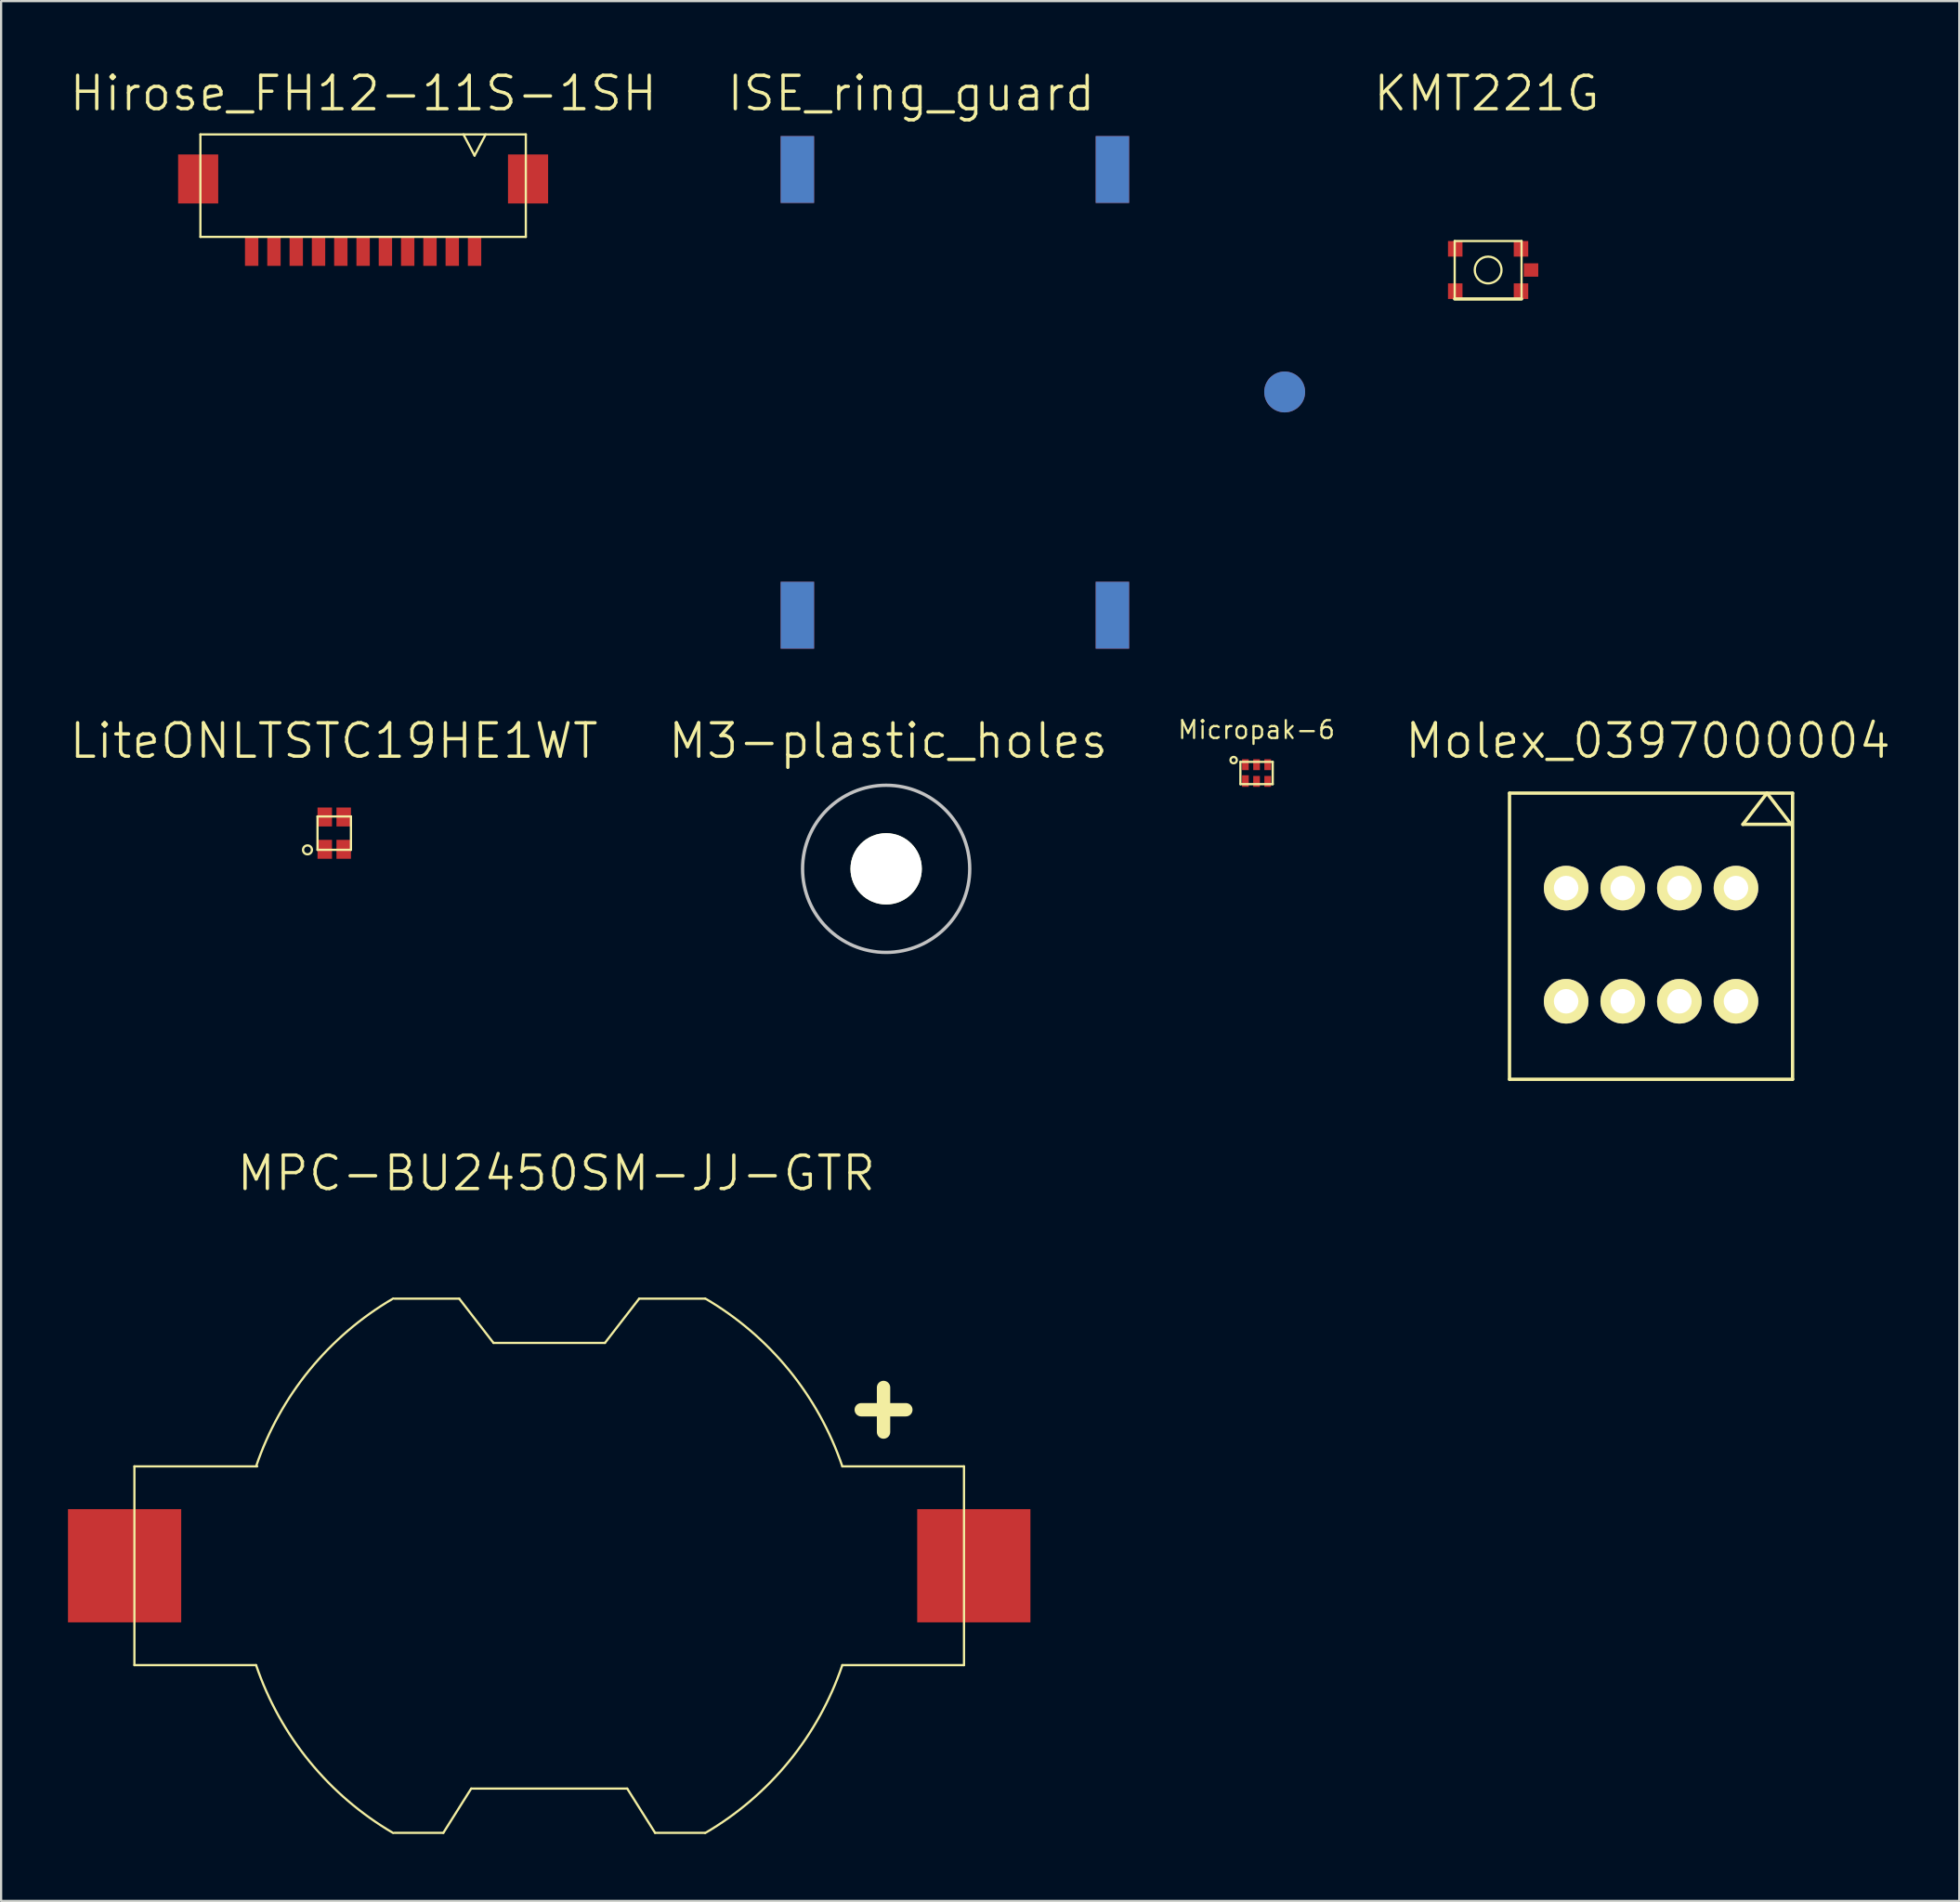
<source format=kicad_pcb>
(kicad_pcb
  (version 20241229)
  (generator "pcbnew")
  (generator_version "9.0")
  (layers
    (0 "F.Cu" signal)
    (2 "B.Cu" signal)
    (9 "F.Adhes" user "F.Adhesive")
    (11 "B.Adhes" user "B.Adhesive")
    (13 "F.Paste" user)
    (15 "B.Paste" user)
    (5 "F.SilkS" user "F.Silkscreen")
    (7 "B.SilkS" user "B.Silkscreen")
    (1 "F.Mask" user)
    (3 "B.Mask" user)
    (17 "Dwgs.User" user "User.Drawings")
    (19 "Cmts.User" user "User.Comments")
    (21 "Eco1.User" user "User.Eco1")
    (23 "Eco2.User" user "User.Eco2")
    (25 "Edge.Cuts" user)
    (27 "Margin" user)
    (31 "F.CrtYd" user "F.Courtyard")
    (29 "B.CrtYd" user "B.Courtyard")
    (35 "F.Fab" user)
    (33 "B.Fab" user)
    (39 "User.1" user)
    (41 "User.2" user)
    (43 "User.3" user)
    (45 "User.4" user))
  (footprint "Hirose_FH12-11S-1SH"
    (layer "F.Cu")
    (at 13.241 6.581)
    (property "Reference" "Hirose_FH12-11S-1SH" (at 0.013 -5.44 0) (layer "F.SilkS") (effects (font (size 1.5 1.5) (thickness 0.15))))
    (attr through_hole)
    (fp_line (start -7.3 -3.6) (end 7.3 -3.6) (stroke (width 0.1) (type solid)) (layer "F.SilkS"))
    (fp_line (start -7.3 1) (end -7.3 -3.6) (stroke (width 0.1) (type solid)) (layer "F.SilkS"))
    (fp_line (start 4.5 -3.6) (end 5 -2.65) (stroke (width 0.1) (type solid)) (layer "F.SilkS"))
    (fp_line (start 5 -2.65) (end 5.5 -3.6) (stroke (width 0.1) (type solid)) (layer "F.SilkS"))
    (fp_line (start 7.3 -3.6) (end 7.3 1) (stroke (width 0.1) (type solid)) (layer "F.SilkS"))
    (fp_line (start 7.3 1) (end -7.3 1) (stroke (width 0.1) (type solid)) (layer "F.SilkS"))
    (pad "1" smd rect (at 5 1.65) (size 0.6 1.3) (layers "F.Cu" "F.Mask" "F.Paste"))
    (pad "2" smd rect (at 4 1.65) (size 0.6 1.3) (layers "F.Cu" "F.Mask" "F.Paste"))
    (pad "3" smd rect (at 3 1.65) (size 0.6 1.3) (layers "F.Cu" "F.Mask" "F.Paste"))
    (pad "4" smd rect (at 2 1.65) (size 0.6 1.3) (layers "F.Cu" "F.Mask" "F.Paste"))
    (pad "5" smd rect (at 1 1.65) (size 0.6 1.3) (layers "F.Cu" "F.Mask" "F.Paste"))
    (pad "6" smd rect (at 0 1.65) (size 0.6 1.3) (layers "F.Cu" "F.Mask" "F.Paste"))
    (pad "7" smd rect (at -1 1.65) (size 0.6 1.3) (layers "F.Cu" "F.Mask" "F.Paste"))
    (pad "8" smd rect (at -2 1.65) (size 0.6 1.3) (layers "F.Cu" "F.Mask" "F.Paste"))
    (pad "9" smd rect (at -3 1.65) (size 0.6 1.3) (layers "F.Cu" "F.Mask" "F.Paste"))
    (pad "10" smd rect (at -4 1.65) (size 0.6 1.3) (layers "F.Cu" "F.Mask" "F.Paste"))
    (pad "11" smd rect (at -5 1.65) (size 0.6 1.3) (layers "F.Cu" "F.Mask" "F.Paste"))
    (pad "~" smd rect (at -7.4 -1.6) (size 1.8 2.2) (layers "F.Cu" "F.Mask" "F.Paste"))
    (pad "~" smd rect (at 7.4 -1.6) (size 1.8 2.2) (layers "F.Cu" "F.Mask" "F.Paste")))
  (footprint "ISE_ring_guard"
    (layer "F.Cu")
    (at 37.581 14.557)
    (property "Reference" "ISE_ring_guard" (at 0.251 -13.416 0) (layer "F.SilkS") (effects (font (size 1.5 1.5) (thickness 0.15))))
    (attr through_hole)
    (pad "1" smd rect (at -4.857 -10) (size 1.5 3) (layers "F.Cu" "F.Mask" "F.Paste"))
    (pad "1" smd rect (at -4.857 -10) (size 1.5 3) (layers "B.Cu"))
    (pad "1" smd rect (at -4.857 10) (size 1.5 3) (layers "F.Cu" "F.Mask" "F.Paste"))
    (pad "1" smd rect (at -4.857 10) (size 1.5 3) (layers "B.Cu"))
    (pad "1" smd rect (at 9.277 -10) (size 1.5 3) (layers "F.Cu" "F.Mask" "F.Paste"))
    (pad "1" smd rect (at 9.277 -10) (size 1.5 3) (layers "B.Cu"))
    (pad "1" smd rect (at 9.277 10) (size 1.5 3) (layers "F.Cu" "F.Mask" "F.Paste"))
    (pad "1" smd rect (at 9.277 10) (size 1.5 3) (layers "B.Cu"))
    (pad "1" smd circle (at 17.005 -0.018) (size 1.835 1.835) (layers "F.Cu" "F.Mask" "F.Paste"))
    (pad "1" smd circle (at 17.005 -0.018) (size 1.835 1.835) (layers "B.Cu")))
  (footprint "MPC-BU2450SM-JJ-GTR"
    (layer "F.Cu")
    (at 21.59 67.212)
    (property "Reference" "MPC-BU2450SM-JJ-GTR" (at 0.318 -17.615 0) (layer "F.SilkS") (effects (font (size 1.5 1.5) (thickness 0.15))))
    (attr through_hole)
    (fp_line (start -18.61 -4.46) (end -18.61 4.46) (stroke (width 0.1) (type solid)) (layer "F.SilkS"))
    (fp_line (start -18.61 -4.46) (end -13.1 -4.46) (stroke (width 0.1) (type solid)) (layer "F.SilkS"))
    (fp_line (start -18.61 4.46) (end -13.15 4.46) (stroke (width 0.1) (type solid)) (layer "F.SilkS"))
    (fp_line (start -4.75 11.985) (end -6.94 11.985) (stroke (width 0.1) (type solid)) (layer "F.SilkS"))
    (fp_line (start -4.75 11.985) (end -3.5 10) (stroke (width 0.1) (type solid)) (layer "F.SilkS"))
    (fp_line (start -4.035 -11.985) (end -6.94 -11.985) (stroke (width 0.1) (type solid)) (layer "F.SilkS"))
    (fp_line (start -4.035 -11.985) (end -2.5 -10) (stroke (width 0.1) (type solid)) (layer "F.SilkS"))
    (fp_line (start -3.5 10) (end 3.5 10) (stroke (width 0.1) (type solid)) (layer "F.SilkS"))
    (fp_line (start 2.5 -10) (end -2.5 -10) (stroke (width 0.1) (type solid)) (layer "F.SilkS"))
    (fp_line (start 4.035 -11.985) (end 2.5 -10) (stroke (width 0.1) (type solid)) (layer "F.SilkS"))
    (fp_line (start 4.035 -11.985) (end 6.98 -11.985) (stroke (width 0.1) (type solid)) (layer "F.SilkS"))
    (fp_line (start 4.75 11.985) (end 3.5 10) (stroke (width 0.1) (type solid)) (layer "F.SilkS"))
    (fp_line (start 4.75 11.985) (end 6.98 11.985) (stroke (width 0.1) (type solid)) (layer "F.SilkS"))
    (fp_line (start 15 -8) (end 15 -6) (stroke (width 0.6) (type solid)) (layer "F.SilkS"))
    (fp_line (start 16 -7) (end 14 -7) (stroke (width 0.6) (type solid)) (layer "F.SilkS"))
    (fp_line (start 18.61 -4.46) (end 13.15 -4.46) (stroke (width 0.1) (type solid)) (layer "F.SilkS"))
    (fp_line (start 18.61 -4.46) (end 18.61 4.46) (stroke (width 0.1) (type solid)) (layer "F.SilkS"))
    (fp_line (start 18.61 4.46) (end 13.15 4.46) (stroke (width 0.1) (type solid)) (layer "F.SilkS"))
    (fp_arc (start -13.15 -4.46) (mid -10.755314 -8.782785) (end -6.998408 -11.993181) (stroke (width 0.1) (type solid)) (layer "F.SilkS"))
    (fp_arc (start -6.998408 11.993181) (mid -10.755315 8.782785) (end -13.15 4.46) (stroke (width 0.1) (type solid)) (layer "F.SilkS"))
    (fp_arc (start 6.998408 -11.993181) (mid 10.755315 -8.782785) (end 13.15 -4.46) (stroke (width 0.1) (type solid)) (layer "F.SilkS"))
    (fp_arc (start 13.15 4.46) (mid 10.755314 8.782785) (end 6.998408 11.993181) (stroke (width 0.1) (type solid)) (layer "F.SilkS"))
    (pad "1" smd rect (at 19.05 0) (size 5.08 5.08) (layers "F.Cu" "F.Mask" "F.Paste"))
    (pad "2" smd rect (at -19.05 0) (size 5.08 5.08) (layers "F.Cu" "F.Mask" "F.Paste")))
  (footprint "KMT221G"
    (layer "F.Cu")
    (at 63.714 9.066)
    (property "Reference" "KMT221G" (at -0.064 -7.925 0) (layer "F.SilkS") (effects (font (size 1.5 1.5) (thickness 0.15))))
    (attr through_hole)
    (fp_line (start -1.5 -1.3) (end 1.5 -1.3) (stroke (width 0.1) (type solid)) (layer "F.SilkS"))
    (fp_line (start -1.5 1.3) (end -1.5 -1.3) (stroke (width 0.1) (type solid)) (layer "F.SilkS"))
    (fp_line (start 1.5 -1.3) (end 1.5 1.3) (stroke (width 0.1) (type solid)) (layer "F.SilkS"))
    (fp_line (start 1.5 1.3) (end -1.5 1.3) (stroke (width 0.15) (type solid)) (layer "F.SilkS"))
    (fp_circle (center 0 0) (end 0.6 0) (stroke (width 0.1) (type solid)) (fill no) (layer "F.SilkS"))
    (pad "1" smd rect (at -1.475 0.95) (size 0.65 0.7) (layers "F.Cu" "F.Mask" "F.Paste"))
    (pad "2" smd rect (at 1.475 0.95) (size 0.65 0.7) (layers "F.Cu" "F.Mask" "F.Paste"))
    (pad "3" smd rect (at 1.475 -0.95) (size 0.65 0.7) (layers "F.Cu" "F.Mask" "F.Paste"))
    (pad "4" smd rect (at -1.475 -0.95) (size 0.65 0.7) (layers "F.Cu" "F.Mask" "F.Paste"))
    (pad "5" smd rect (at 1.925 0) (size 0.65 0.6) (layers "F.Cu" "F.Mask" "F.Paste")))
  (footprint "M3-plastic_holes"
    (layer "F.Cu")
    (at 36.707 35.938)
    (property "Reference" "M3-plastic_holes" (at 0.089 -5.74 0) (layer "F.SilkS") (effects (font (size 1.5 1.5) (thickness 0.15))))
    (attr through_hole)
    (fp_circle (center 0 0) (end 3.75 0) (stroke (width 0.15) (type solid)) (fill no) (layer "Dwgs.User"))
    (pad "" np_thru_hole circle (at 0 0) (size 3.2 3.2) (drill 3.2) (layers "*.Cu" "*.Mask" "F.SilkS")))
  (footprint "Micropak-6"
    (layer "F.Cu")
    (at 53.325 31.639)
    (property "Reference" "Micropak-6" (at -0.003 -1.939 0) (layer "F.SilkS") (effects (font (size 0.8 0.8) (thickness 0.1))))
    (attr through_hole)
    (fp_line (start -0.725 -0.5) (end 0.725 -0.5) (stroke (width 0.1) (type solid)) (layer "F.SilkS"))
    (fp_line (start -0.725 0.5) (end -0.725 -0.5) (stroke (width 0.1) (type solid)) (layer "F.SilkS"))
    (fp_line (start 0.725 -0.5) (end 0.725 0.5) (stroke (width 0.1) (type solid)) (layer "F.SilkS"))
    (fp_line (start 0.725 0.5) (end -0.725 0.5) (stroke (width 0.1) (type solid)) (layer "F.SilkS"))
    (fp_circle (center -1.028 -0.58) (end -0.895 -0.526) (stroke (width 0.1) (type solid)) (fill no) (layer "F.SilkS"))
    (pad "1" smd rect (at -0.5 0.36) (size 0.3 0.52) (layers "F.Cu" "F.Mask" "F.Paste"))
    (pad "2" smd rect (at 0 0.375) (size 0.3 0.49) (layers "F.Cu" "F.Mask" "F.Paste"))
    (pad "3" smd rect (at 0.5 0.375) (size 0.3 0.49) (layers "F.Cu" "F.Mask" "F.Paste"))
    (pad "4" smd rect (at 0.5 -0.375) (size 0.3 0.49) (layers "F.Cu" "F.Mask" "F.Paste"))
    (pad "5" smd rect (at 0 -0.375) (size 0.3 0.49) (layers "F.Cu" "F.Mask" "F.Paste"))
    (pad "6" smd rect (at -0.5 -0.375) (size 0.3 0.49) (layers "F.Cu" "F.Mask" "F.Paste")))
  (footprint "LiteONLTSTC19HE1WT"
    (layer "F.Cu")
    (at 11.945 34.337)
    (property "Reference" "LiteONLTSTC19HE1WT" (at -0.013 -4.14 0) (layer "F.SilkS") (effects (font (size 1.5 1.5) (thickness 0.15))))
    (attr smd)
    (fp_line (start -0.75 -0.75) (end -0.75 0.75) (stroke (width 0.1) (type solid)) (layer "F.SilkS"))
    (fp_line (start -0.75 -0.75) (end 0.75 -0.75) (stroke (width 0.1) (type solid)) (layer "F.SilkS"))
    (fp_line (start -0.75 0.75) (end 0.75 0.75) (stroke (width 0.1) (type solid)) (layer "F.SilkS"))
    (fp_line (start 0.75 -0.75) (end 0.75 0.75) (stroke (width 0.1) (type solid)) (layer "F.SilkS"))
    (fp_circle (center -1.2 0.75) (end -1 0.75) (stroke (width 0.1) (type solid)) (fill no) (layer "F.SilkS"))
    (pad "1" smd rect (at -0.425 -0.725) (size 0.65 0.85) (layers "F.Cu" "F.Mask" "F.Paste"))
    (pad "2" smd rect (at 0.425 -0.725) (size 0.65 0.85) (layers "F.Cu" "F.Mask" "F.Paste"))
    (pad "3" smd rect (at 0.425 0.725) (size 0.65 0.85) (layers "F.Cu" "F.Mask" "F.Paste"))
    (pad "4" smd rect (at -0.425 0.725) (size 0.65 0.85) (layers "F.Cu" "F.Mask" "F.Paste")))
  (footprint "Molex_0397000004"
    (layer "F.Cu")
    (at 71.024 39.342)
    (property "Reference" "Molex_0397000004" (at -0.14 -9.144 0) (layer "F.SilkS") (effects (font (size 1.5 1.5) (thickness 0.15))))
    (attr through_hole)
    (fp_line (start -6.35 -6.8) (end -6.35 6.04) (stroke (width 0.15) (type solid)) (layer "F.SilkS"))
    (fp_line (start -6.35 -6.8) (end 6.35 -6.8) (stroke (width 0.15) (type solid)) (layer "F.SilkS"))
    (fp_line (start -6.35 6.04) (end 6.35 6.04) (stroke (width 0.15) (type solid)) (layer "F.SilkS"))
    (fp_line (start 4.12 -5.4) (end 6.28 -5.4) (stroke (width 0.15) (type solid)) (layer "F.SilkS"))
    (fp_line (start 5.2 -6.8) (end 4.12 -5.4) (stroke (width 0.15) (type solid)) (layer "F.SilkS"))
    (fp_line (start 6.28 -5.4) (end 5.2 -6.8) (stroke (width 0.15) (type solid)) (layer "F.SilkS"))
    (fp_line (start 6.35 6.04) (end 6.35 -6.8) (stroke (width 0.15) (type solid)) (layer "F.SilkS"))
    (pad "1" thru_hole circle (at -3.81 -2.54) (size 2 2) (drill 1.1) (layers "*.Cu" "*.Mask" "F.SilkS"))
    (pad "2" thru_hole circle (at -1.27 -2.54) (size 2 2) (drill 1.1) (layers "*.Cu" "*.Mask" "F.SilkS"))
    (pad "3" thru_hole circle (at 1.27 -2.54) (size 2 2) (drill 1.1) (layers "*.Cu" "*.Mask" "F.SilkS"))
    (pad "4" thru_hole circle (at 3.81 -2.54) (size 2 2) (drill 1.1) (layers "*.Cu" "*.Mask" "F.SilkS"))
    (pad "5" thru_hole circle (at -3.81 2.54) (size 2 2) (drill 1.1) (layers "*.Cu" "*.Mask" "F.SilkS"))
    (pad "6" thru_hole circle (at -1.27 2.54) (size 2 2) (drill 1.1) (layers "*.Cu" "*.Mask" "F.SilkS"))
    (pad "7" thru_hole circle (at 1.27 2.54) (size 2 2) (drill 1.1) (layers "*.Cu" "*.Mask" "F.SilkS"))
    (pad "8" thru_hole circle (at 3.81 2.54) (size 2 2) (drill 1.1) (layers "*.Cu" "*.Mask" "F.SilkS")))
  (gr_rect
    (start -3 -3)
    (end 84.852 82.255)
    (stroke (width 0.1) (type default))
    (fill no)
    (layer "Edge.Cuts")))
</source>
